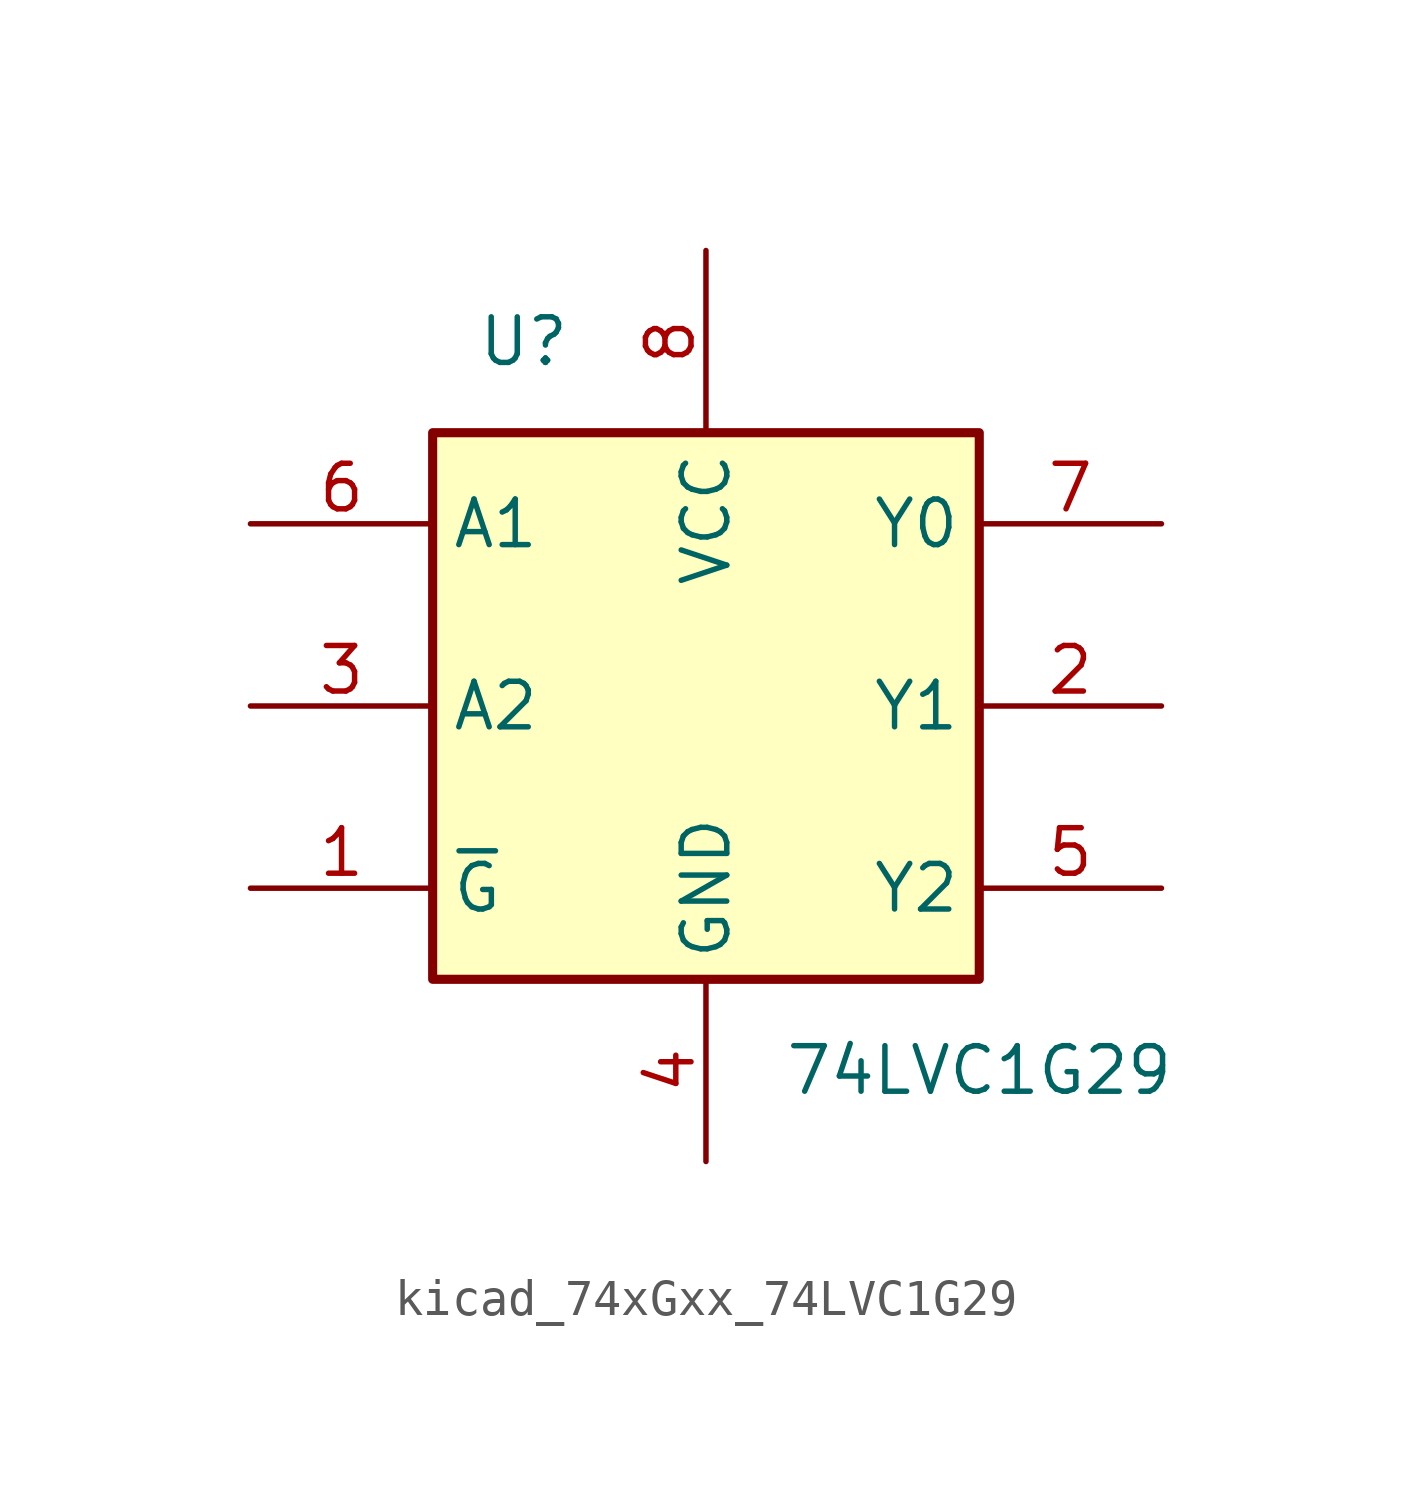
<source format=kicad_sym>
(kicad_symbol_lib
  (version 20220914)
  (generator kicad_symbol_editor)
  (symbol "kicad_74xGxx_74LVC1G29"
    (property "Reference" "U"
      (at -5.08 10.16 0)
      (effects (font (size 1.27 1.27))))
    (property "Value" "74LVC1G29"
      (at 7.62 -10.16 0)
      (effects (font (size 1.27 1.27))))
    (symbol "kicad_74xGxx_74LVC1G29_0_1"
      (rectangle (start -7.62 7.62) (end 7.62 -7.62) (stroke (width 0.254) (type default)) (fill (type background))))
    (symbol "kicad_74xGxx_74LVC1G29_1_1"
      (pin input line (at -12.7 -5.08 0) (length 5.08) (name "~{G}" (effects (font (size 1.27 1.27)))) (number "1" (effects (font (size 1.27 1.27)))))
      (pin output line (at 12.7 0 180) (length 5.08) (name "Y1" (effects (font (size 1.27 1.27)))) (number "2" (effects (font (size 1.27 1.27)))))
      (pin input line (at -12.7 0 0) (length 5.08) (name "A2" (effects (font (size 1.27 1.27)))) (number "3" (effects (font (size 1.27 1.27)))))
      (pin power_in line (at 0 -12.7 90) (length 5.08) (name "GND" (effects (font (size 1.27 1.27)))) (number "4" (effects (font (size 1.27 1.27)))))
      (pin output line (at 12.7 -5.08 180) (length 5.08) (name "Y2" (effects (font (size 1.27 1.27)))) (number "5" (effects (font (size 1.27 1.27)))))
      (pin input line (at -12.7 5.08 0) (length 5.08) (name "A1" (effects (font (size 1.27 1.27)))) (number "6" (effects (font (size 1.27 1.27)))))
      (pin output line (at 12.7 5.08 180) (length 5.08) (name "Y0" (effects (font (size 1.27 1.27)))) (number "7" (effects (font (size 1.27 1.27)))))
      (pin power_in line (at 0 12.7 270) (length 5.08) (name "VCC" (effects (font (size 1.27 1.27)))) (number "8" (effects (font (size 1.27 1.27))))))))
</source>
